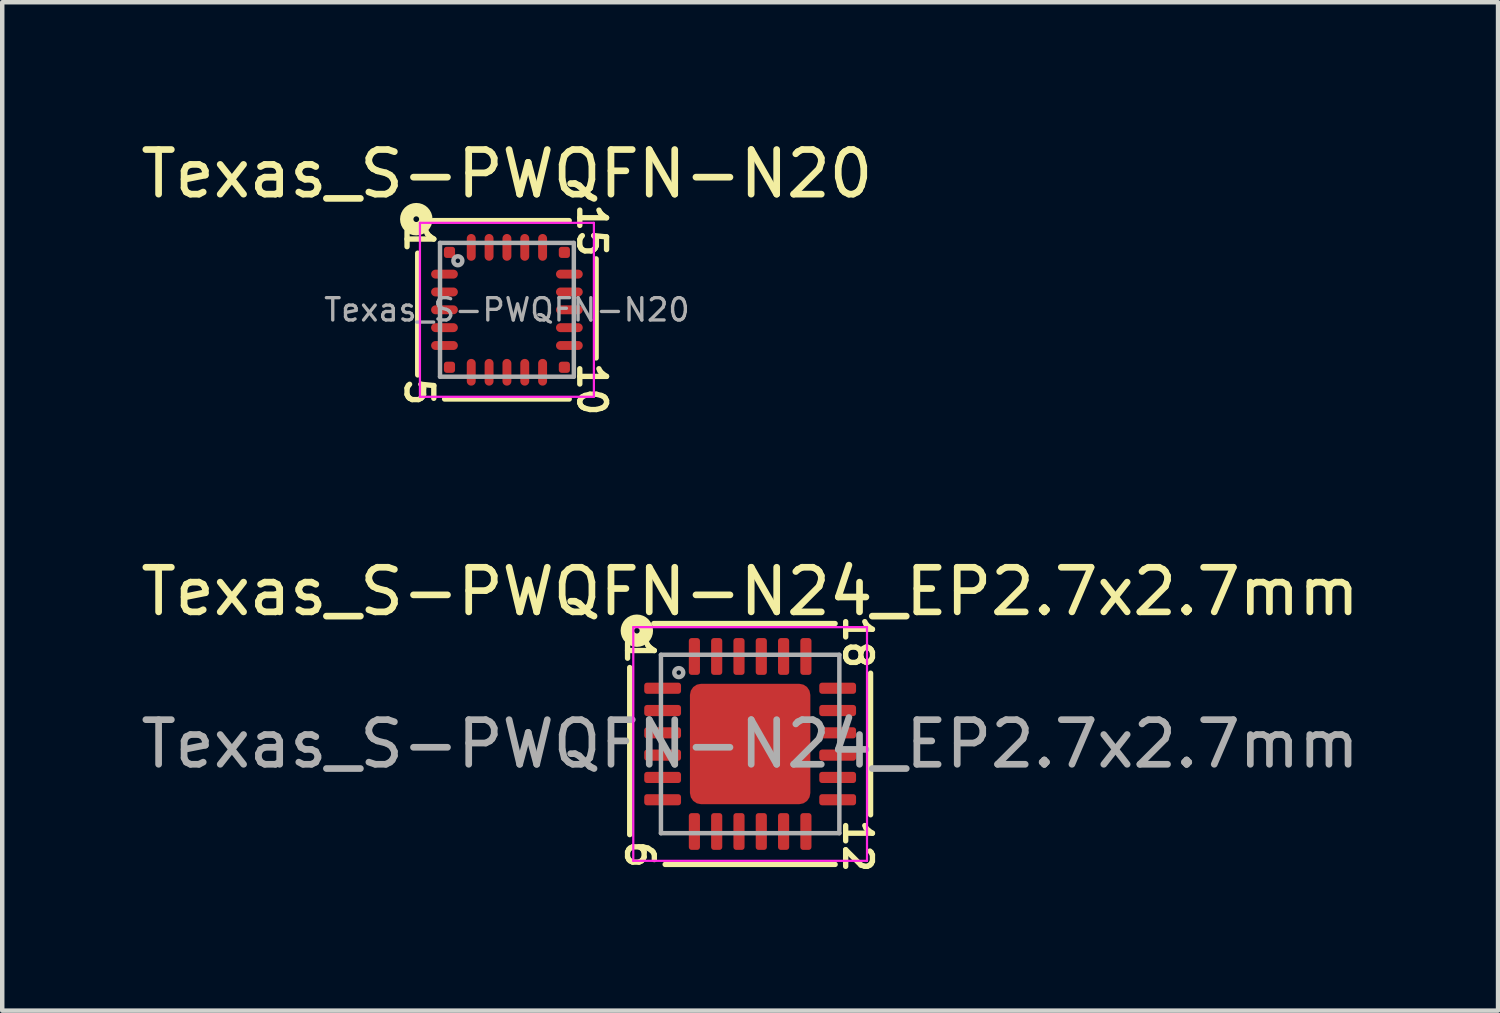
<source format=kicad_pcb>
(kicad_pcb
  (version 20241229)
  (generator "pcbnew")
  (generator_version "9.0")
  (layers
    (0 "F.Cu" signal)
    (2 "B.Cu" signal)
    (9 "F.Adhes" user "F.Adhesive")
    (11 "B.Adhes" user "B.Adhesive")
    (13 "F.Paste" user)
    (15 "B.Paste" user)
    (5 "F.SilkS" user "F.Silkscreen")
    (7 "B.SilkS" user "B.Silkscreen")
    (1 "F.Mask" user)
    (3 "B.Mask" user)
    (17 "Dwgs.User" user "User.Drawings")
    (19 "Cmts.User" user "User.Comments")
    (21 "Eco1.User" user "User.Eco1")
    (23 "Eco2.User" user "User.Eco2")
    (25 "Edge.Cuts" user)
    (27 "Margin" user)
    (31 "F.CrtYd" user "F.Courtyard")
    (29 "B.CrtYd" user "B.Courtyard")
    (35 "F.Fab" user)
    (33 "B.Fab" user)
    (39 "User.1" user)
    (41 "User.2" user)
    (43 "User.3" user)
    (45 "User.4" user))
  (footprint "Texas_S-PWQFN-N24_EP2.7x2.7mm"
    (layer "F.Cu")
    (at 13.768 13.63)
    (property "Reference" "Texas_S-PWQFN-N24_EP2.7x2.7mm" (at 0 -3.417 0) (layer "F.SilkS") (effects (font (size 1 1) (thickness 0.15))))
    (attr smd)
    (fp_line (start -2.7 -1.714) (end -2.7 2.032) (stroke (width 0.12) (type solid)) (layer "F.SilkS"))
    (fp_line (start -1.905 2.7) (end 1.905 2.7) (stroke (width 0.12) (type solid)) (layer "F.SilkS"))
    (fp_line (start 1.905 -2.7) (end -2.159 -2.7) (stroke (width 0.12) (type solid)) (layer "F.SilkS"))
    (fp_line (start 2.7 1.587) (end 2.7 -1.587) (stroke (width 0.12) (type solid)) (layer "F.SilkS"))
    (fp_circle (center -2.54 -2.54) (end -2.477 -2.54) (stroke (width 0.3) (type solid)) (fill no) (layer "F.SilkS"))
    (fp_line (start -2.62 -2.62) (end -2.62 2.62) (stroke (width 0.05) (type solid)) (layer "F.CrtYd"))
    (fp_line (start -2.62 2.62) (end 2.62 2.62) (stroke (width 0.05) (type solid)) (layer "F.CrtYd"))
    (fp_line (start 2.62 -2.62) (end -2.62 -2.62) (stroke (width 0.05) (type solid)) (layer "F.CrtYd"))
    (fp_line (start 2.62 2.62) (end 2.62 -2.62) (stroke (width 0.05) (type solid)) (layer "F.CrtYd"))
    (fp_line (start -2 -2) (end 2 -2) (stroke (width 0.1) (type solid)) (layer "F.Fab"))
    (fp_line (start -2 2) (end -2 -2) (stroke (width 0.1) (type solid)) (layer "F.Fab"))
    (fp_line (start 2 -2) (end 2 2) (stroke (width 0.1) (type solid)) (layer "F.Fab"))
    (fp_line (start 2 2) (end -2 2) (stroke (width 0.1) (type solid)) (layer "F.Fab"))
    (fp_circle (center -1.6 -1.6) (end -1.5 -1.6) (stroke (width 0.1) (type solid)) (fill no) (layer "F.Fab"))
    (fp_text user "18" (at 2.413 -2.286 270) (unlocked yes) (layer "F.SilkS") (effects (font (size 0.6 0.6) (thickness 0.12))))
    (fp_text user "6" (at -2.477 2.477 270) (unlocked yes) (layer "F.SilkS") (effects (font (size 0.6 0.6) (thickness 0.12))))
    (fp_text user "1" (at -2.477 -2.095 270) (unlocked yes) (layer "F.SilkS") (effects (font (size 0.6 0.6) (thickness 0.12))))
    (fp_text user "12" (at 2.413 2.286 270) (unlocked yes) (layer "F.SilkS") (effects (font (size 0.6 0.6) (thickness 0.12))))
    (fp_text user "${REFERENCE}" (at 0 0 0) (layer "F.Fab") (effects (font (size 1 1) (thickness 0.15))))
    (pad "" smd roundrect (at -0.675 -0.675) (size 1.09 1.09) (layers "F.Paste") (roundrect_rratio 0.229))
    (pad "" smd roundrect (at -0.675 0.675) (size 1.09 1.09) (layers "F.Paste") (roundrect_rratio 0.229))
    (pad "" smd roundrect (at 0.675 -0.675) (size 1.09 1.09) (layers "F.Paste") (roundrect_rratio 0.229))
    (pad "" smd roundrect (at 0.675 0.675) (size 1.09 1.09) (layers "F.Paste") (roundrect_rratio 0.229))
    (pad "1" smd roundrect (at -1.962 -1.25) (size 0.825 0.25) (layers "F.Cu" "F.Mask" "F.Paste") (roundrect_rratio 0.25))
    (pad "2" smd roundrect (at -1.962 -0.75) (size 0.825 0.25) (layers "F.Cu" "F.Mask" "F.Paste") (roundrect_rratio 0.25))
    (pad "3" smd roundrect (at -1.962 -0.25) (size 0.825 0.25) (layers "F.Cu" "F.Mask" "F.Paste") (roundrect_rratio 0.25))
    (pad "4" smd roundrect (at -1.962 0.25) (size 0.825 0.25) (layers "F.Cu" "F.Mask" "F.Paste") (roundrect_rratio 0.25))
    (pad "5" smd roundrect (at -1.962 0.75) (size 0.825 0.25) (layers "F.Cu" "F.Mask" "F.Paste") (roundrect_rratio 0.25))
    (pad "6" smd roundrect (at -1.962 1.25) (size 0.825 0.25) (layers "F.Cu" "F.Mask" "F.Paste") (roundrect_rratio 0.25))
    (pad "7" smd roundrect (at -1.25 1.962) (size 0.25 0.825) (layers "F.Cu" "F.Mask" "F.Paste") (roundrect_rratio 0.25))
    (pad "8" smd roundrect (at -0.75 1.962) (size 0.25 0.825) (layers "F.Cu" "F.Mask" "F.Paste") (roundrect_rratio 0.25))
    (pad "9" smd roundrect (at -0.25 1.962) (size 0.25 0.825) (layers "F.Cu" "F.Mask" "F.Paste") (roundrect_rratio 0.25))
    (pad "10" smd roundrect (at 0.25 1.962) (size 0.25 0.825) (layers "F.Cu" "F.Mask" "F.Paste") (roundrect_rratio 0.25))
    (pad "11" smd roundrect (at 0.75 1.962) (size 0.25 0.825) (layers "F.Cu" "F.Mask" "F.Paste") (roundrect_rratio 0.25))
    (pad "12" smd roundrect (at 1.25 1.962) (size 0.25 0.825) (layers "F.Cu" "F.Mask" "F.Paste") (roundrect_rratio 0.25))
    (pad "13" smd roundrect (at 1.962 1.25) (size 0.825 0.25) (layers "F.Cu" "F.Mask" "F.Paste") (roundrect_rratio 0.25))
    (pad "14" smd roundrect (at 1.962 0.75) (size 0.825 0.25) (layers "F.Cu" "F.Mask" "F.Paste") (roundrect_rratio 0.25))
    (pad "15" smd roundrect (at 1.962 0.25) (size 0.825 0.25) (layers "F.Cu" "F.Mask" "F.Paste") (roundrect_rratio 0.25))
    (pad "16" smd roundrect (at 1.962 -0.25) (size 0.825 0.25) (layers "F.Cu" "F.Mask" "F.Paste") (roundrect_rratio 0.25))
    (pad "17" smd roundrect (at 1.962 -0.75) (size 0.825 0.25) (layers "F.Cu" "F.Mask" "F.Paste") (roundrect_rratio 0.25))
    (pad "18" smd roundrect (at 1.962 -1.25) (size 0.825 0.25) (layers "F.Cu" "F.Mask" "F.Paste") (roundrect_rratio 0.25))
    (pad "19" smd roundrect (at 1.25 -1.962) (size 0.25 0.825) (layers "F.Cu" "F.Mask" "F.Paste") (roundrect_rratio 0.25))
    (pad "20" smd roundrect (at 0.75 -1.962) (size 0.25 0.825) (layers "F.Cu" "F.Mask" "F.Paste") (roundrect_rratio 0.25))
    (pad "21" smd roundrect (at 0.25 -1.962) (size 0.25 0.825) (layers "F.Cu" "F.Mask" "F.Paste") (roundrect_rratio 0.25))
    (pad "22" smd roundrect (at -0.25 -1.962) (size 0.25 0.825) (layers "F.Cu" "F.Mask" "F.Paste") (roundrect_rratio 0.25))
    (pad "23" smd roundrect (at -0.75 -1.962) (size 0.25 0.825) (layers "F.Cu" "F.Mask" "F.Paste") (roundrect_rratio 0.25))
    (pad "24" smd roundrect (at -1.25 -1.962) (size 0.25 0.825) (layers "F.Cu" "F.Mask" "F.Paste") (roundrect_rratio 0.25))
    (pad "25" smd roundrect (at 0 0) (size 2.7 2.7) (layers "F.Cu" "F.Mask") (roundrect_rratio 0.093)))
  (footprint "Texas_S-PWQFN-N20"
    (layer "F.Cu")
    (at 8.315 3.896)
    (property "Reference" "Texas_S-PWQFN-N20" (at 0 -3.048 0) (layer "F.SilkS") (effects (font (size 1 1) (thickness 0.15))))
    (attr smd)
    (fp_line (start -2 -1.27) (end -2 1.46) (stroke (width 0.12) (type solid)) (layer "F.SilkS"))
    (fp_line (start -1.397 2) (end 1.397 2) (stroke (width 0.12) (type solid)) (layer "F.SilkS"))
    (fp_line (start 1.397 -2) (end -1.651 -2) (stroke (width 0.12) (type solid)) (layer "F.SilkS"))
    (fp_line (start 2 1.079) (end 2 -1.143) (stroke (width 0.12) (type solid)) (layer "F.SilkS"))
    (fp_circle (center -2.032 -2.032) (end -1.968 -2.032) (stroke (width 0.3) (type solid)) (fill no) (layer "F.SilkS"))
    (fp_line (start -1.95 -1.95) (end 1.95 -1.95) (stroke (width 0.05) (type solid)) (layer "F.CrtYd"))
    (fp_line (start -1.95 1.95) (end -1.95 -1.95) (stroke (width 0.05) (type solid)) (layer "F.CrtYd"))
    (fp_line (start 1.95 -1.95) (end 1.95 1.95) (stroke (width 0.05) (type solid)) (layer "F.CrtYd"))
    (fp_line (start 1.95 1.95) (end -1.95 1.95) (stroke (width 0.05) (type solid)) (layer "F.CrtYd"))
    (fp_line (start -1.5 -1.5) (end -1.5 1.5) (stroke (width 0.1) (type solid)) (layer "F.Fab"))
    (fp_line (start -1.5 1.5) (end 1.5 1.5) (stroke (width 0.1) (type solid)) (layer "F.Fab"))
    (fp_line (start 1.5 -1.5) (end -1.5 -1.5) (stroke (width 0.1) (type solid)) (layer "F.Fab"))
    (fp_line (start 1.5 1.5) (end 1.5 -1.5) (stroke (width 0.1) (type solid)) (layer "F.Fab"))
    (fp_circle (center -1.1 -1.1) (end -1 -1.1) (stroke (width 0.1) (type solid)) (fill no) (layer "F.Fab"))
    (fp_text user "15" (at 1.905 -1.778 270) (unlocked yes) (layer "F.SilkS") (effects (font (size 0.6 0.6) (thickness 0.12))))
    (fp_text user "10" (at 1.905 1.778 270) (unlocked yes) (layer "F.SilkS") (effects (font (size 0.6 0.6) (thickness 0.12))))
    (fp_text user "1" (at -1.968 -1.587 270) (unlocked yes) (layer "F.SilkS") (effects (font (size 0.6 0.6) (thickness 0.12))))
    (fp_text user "5" (at -1.968 1.841 270) (unlocked yes) (layer "F.SilkS") (effects (font (size 0.6 0.6) (thickness 0.12))))
    (fp_text user "${REFERENCE}" (at 0 0 0) (layer "F.Fab") (effects (font (size 0.5 0.5) (thickness 0.075))))
    (pad "" smd roundrect (at -1.288 -1.288) (size 0.25 0.25) (layers "F.Cu" "F.Mask" "F.Paste") (roundrect_rratio 0.25))
    (pad "" smd roundrect (at -1.288 1.288) (size 0.25 0.25) (layers "F.Cu" "F.Mask" "F.Paste") (roundrect_rratio 0.25))
    (pad "" smd roundrect (at 1.288 -1.288) (size 0.25 0.25) (layers "F.Cu" "F.Mask" "F.Paste") (roundrect_rratio 0.25))
    (pad "" smd roundrect (at 1.288 1.288) (size 0.25 0.25) (layers "F.Cu" "F.Mask" "F.Paste") (roundrect_rratio 0.25))
    (pad "1" smd oval (at -1.4 -0.8 90) (size 0.2 0.6) (layers "F.Cu" "F.Mask" "F.Paste"))
    (pad "2" smd oval (at -1.4 -0.4 90) (size 0.2 0.6) (layers "F.Cu" "F.Mask" "F.Paste"))
    (pad "3" smd oval (at -1.4 0 90) (size 0.2 0.6) (layers "F.Cu" "F.Mask" "F.Paste"))
    (pad "4" smd oval (at -1.4 0.4 90) (size 0.2 0.6) (layers "F.Cu" "F.Mask" "F.Paste"))
    (pad "5" smd oval (at -1.4 0.8 90) (size 0.2 0.6) (layers "F.Cu" "F.Mask" "F.Paste"))
    (pad "6" smd oval (at -0.8 1.4) (size 0.2 0.6) (layers "F.Cu" "F.Mask" "F.Paste"))
    (pad "7" smd oval (at -0.4 1.4) (size 0.2 0.6) (layers "F.Cu" "F.Mask" "F.Paste"))
    (pad "8" smd oval (at 0 1.4) (size 0.2 0.6) (layers "F.Cu" "F.Mask" "F.Paste"))
    (pad "9" smd oval (at 0.4 1.4) (size 0.2 0.6) (layers "F.Cu" "F.Mask" "F.Paste"))
    (pad "10" smd oval (at 0.8 1.4) (size 0.2 0.6) (layers "F.Cu" "F.Mask" "F.Paste"))
    (pad "11" smd oval (at 1.4 0.8 90) (size 0.2 0.6) (layers "F.Cu" "F.Mask" "F.Paste"))
    (pad "12" smd oval (at 1.4 0.4 90) (size 0.2 0.6) (layers "F.Cu" "F.Mask" "F.Paste"))
    (pad "13" smd oval (at 1.4 0 90) (size 0.2 0.6) (layers "F.Cu" "F.Mask" "F.Paste"))
    (pad "14" smd oval (at 1.4 -0.4 90) (size 0.2 0.6) (layers "F.Cu" "F.Mask" "F.Paste"))
    (pad "15" smd oval (at 1.4 -0.8 90) (size 0.2 0.6) (layers "F.Cu" "F.Mask" "F.Paste"))
    (pad "16" smd oval (at 0.8 -1.4) (size 0.2 0.6) (layers "F.Cu" "F.Mask" "F.Paste"))
    (pad "17" smd oval (at 0.4 -1.4) (size 0.2 0.6) (layers "F.Cu" "F.Mask" "F.Paste"))
    (pad "18" smd oval (at 0 -1.4) (size 0.2 0.6) (layers "F.Cu" "F.Mask" "F.Paste"))
    (pad "19" smd oval (at -0.4 -1.4) (size 0.2 0.6) (layers "F.Cu" "F.Mask" "F.Paste"))
    (pad "20" smd oval (at -0.8 -1.4) (size 0.2 0.6) (layers "F.Cu" "F.Mask" "F.Paste")))
  (gr_rect
    (start -3 -3)
    (end 30.536 19.608)
    (stroke (width 0.1) (type default))
    (fill no)
    (layer "Edge.Cuts")))
</source>
